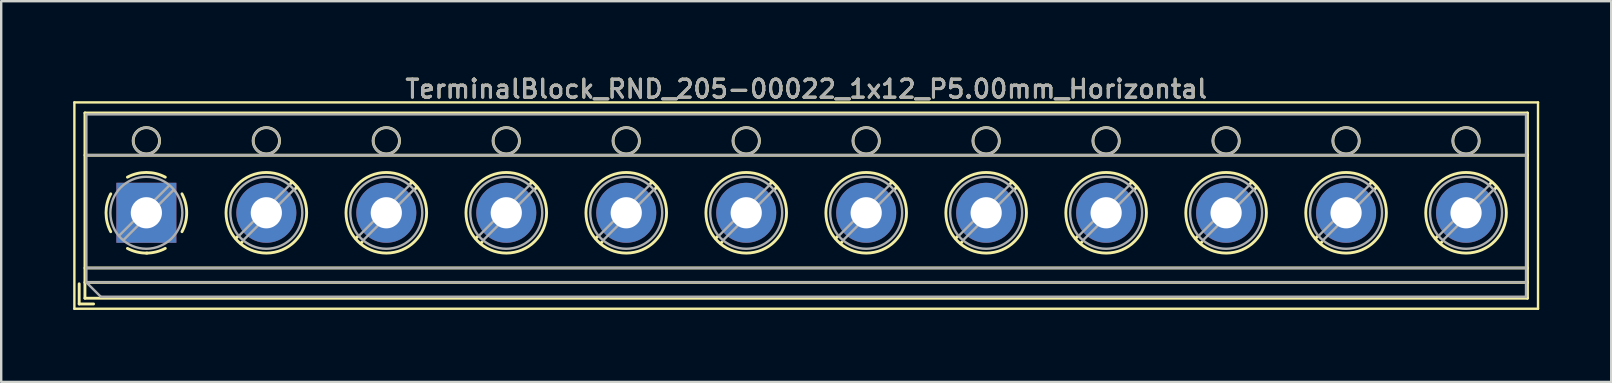
<source format=kicad_pcb>
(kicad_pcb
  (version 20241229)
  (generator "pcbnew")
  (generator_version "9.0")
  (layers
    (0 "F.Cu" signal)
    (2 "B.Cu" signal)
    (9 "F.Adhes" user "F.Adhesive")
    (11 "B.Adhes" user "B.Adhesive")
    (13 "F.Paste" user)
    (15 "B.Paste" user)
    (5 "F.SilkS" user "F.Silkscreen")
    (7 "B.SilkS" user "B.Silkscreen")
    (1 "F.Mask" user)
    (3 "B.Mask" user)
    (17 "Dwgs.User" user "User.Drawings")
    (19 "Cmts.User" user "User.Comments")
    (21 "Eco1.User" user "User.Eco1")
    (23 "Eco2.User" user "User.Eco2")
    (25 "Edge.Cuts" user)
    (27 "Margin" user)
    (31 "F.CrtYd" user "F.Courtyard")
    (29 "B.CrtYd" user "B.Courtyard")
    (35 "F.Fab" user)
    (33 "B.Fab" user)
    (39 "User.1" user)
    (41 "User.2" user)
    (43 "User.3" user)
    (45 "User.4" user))
  (footprint "TerminalBlock_RND_205-00022_1x12_P5.00mm_Horizontal"
    (layer "F.Cu")
    (at 3.05 5.818)
    (property "Reference" "TerminalBlock_RND_205-00022_1x12_P5.00mm_Horizontal" (at 27.5 -5.16 0) (layer "F.SilkS") (effects (font (size 0.75 0.75) (thickness 0.125))))
    (attr through_hole)
    (fp_line (start -3 -4.6) (end -3 4) (stroke (width 0.1) (type solid)) (layer "F.SilkS"))
    (fp_line (start -3 4) (end 58 4) (stroke (width 0.1) (type solid)) (layer "F.SilkS"))
    (fp_line (start -2.8 2.96) (end -2.8 3.8) (stroke (width 0.12) (type solid)) (layer "F.SilkS"))
    (fp_line (start -2.8 3.8) (end -2.2 3.8) (stroke (width 0.12) (type solid)) (layer "F.SilkS"))
    (fp_line (start -2.56 -4.16) (end -2.56 3.561) (stroke (width 0.12) (type solid)) (layer "F.SilkS"))
    (fp_line (start -2.56 -4.16) (end 57.56 -4.16) (stroke (width 0.12) (type solid)) (layer "F.SilkS"))
    (fp_line (start -2.56 -2.4) (end 57.56 -2.4) (stroke (width 0.12) (type solid)) (layer "F.SilkS"))
    (fp_line (start -2.56 2.3) (end 57.56 2.3) (stroke (width 0.12) (type solid)) (layer "F.SilkS"))
    (fp_line (start -2.56 2.9) (end 57.56 2.9) (stroke (width 0.12) (type solid)) (layer "F.SilkS"))
    (fp_line (start -2.56 3.561) (end 57.56 3.561) (stroke (width 0.12) (type solid)) (layer "F.SilkS"))
    (fp_line (start 3.82 0.976) (end 3.726 1.069) (stroke (width 0.12) (type solid)) (layer "F.SilkS"))
    (fp_line (start 3.99 1.216) (end 3.931 1.274) (stroke (width 0.12) (type solid)) (layer "F.SilkS"))
    (fp_line (start 6.07 -1.275) (end 6.011 -1.216) (stroke (width 0.12) (type solid)) (layer "F.SilkS"))
    (fp_line (start 6.275 -1.069) (end 6.181 -0.976) (stroke (width 0.12) (type solid)) (layer "F.SilkS"))
    (fp_line (start 8.82 0.976) (end 8.726 1.069) (stroke (width 0.12) (type solid)) (layer "F.SilkS"))
    (fp_line (start 8.99 1.216) (end 8.931 1.274) (stroke (width 0.12) (type solid)) (layer "F.SilkS"))
    (fp_line (start 11.07 -1.275) (end 11.011 -1.216) (stroke (width 0.12) (type solid)) (layer "F.SilkS"))
    (fp_line (start 11.275 -1.069) (end 11.181 -0.976) (stroke (width 0.12) (type solid)) (layer "F.SilkS"))
    (fp_line (start 13.82 0.976) (end 13.726 1.069) (stroke (width 0.12) (type solid)) (layer "F.SilkS"))
    (fp_line (start 13.99 1.216) (end 13.931 1.274) (stroke (width 0.12) (type solid)) (layer "F.SilkS"))
    (fp_line (start 16.07 -1.275) (end 16.011 -1.216) (stroke (width 0.12) (type solid)) (layer "F.SilkS"))
    (fp_line (start 16.275 -1.069) (end 16.181 -0.976) (stroke (width 0.12) (type solid)) (layer "F.SilkS"))
    (fp_line (start 18.82 0.976) (end 18.726 1.069) (stroke (width 0.12) (type solid)) (layer "F.SilkS"))
    (fp_line (start 18.99 1.216) (end 18.931 1.274) (stroke (width 0.12) (type solid)) (layer "F.SilkS"))
    (fp_line (start 21.07 -1.275) (end 21.011 -1.216) (stroke (width 0.12) (type solid)) (layer "F.SilkS"))
    (fp_line (start 21.275 -1.069) (end 21.181 -0.976) (stroke (width 0.12) (type solid)) (layer "F.SilkS"))
    (fp_line (start 23.82 0.976) (end 23.726 1.069) (stroke (width 0.12) (type solid)) (layer "F.SilkS"))
    (fp_line (start 23.99 1.216) (end 23.931 1.274) (stroke (width 0.12) (type solid)) (layer "F.SilkS"))
    (fp_line (start 26.07 -1.275) (end 26.011 -1.216) (stroke (width 0.12) (type solid)) (layer "F.SilkS"))
    (fp_line (start 26.275 -1.069) (end 26.181 -0.976) (stroke (width 0.12) (type solid)) (layer "F.SilkS"))
    (fp_line (start 28.82 0.976) (end 28.726 1.069) (stroke (width 0.12) (type solid)) (layer "F.SilkS"))
    (fp_line (start 28.99 1.216) (end 28.931 1.274) (stroke (width 0.12) (type solid)) (layer "F.SilkS"))
    (fp_line (start 31.07 -1.275) (end 31.011 -1.216) (stroke (width 0.12) (type solid)) (layer "F.SilkS"))
    (fp_line (start 31.275 -1.069) (end 31.181 -0.976) (stroke (width 0.12) (type solid)) (layer "F.SilkS"))
    (fp_line (start 33.82 0.976) (end 33.726 1.069) (stroke (width 0.12) (type solid)) (layer "F.SilkS"))
    (fp_line (start 33.99 1.216) (end 33.931 1.274) (stroke (width 0.12) (type solid)) (layer "F.SilkS"))
    (fp_line (start 36.07 -1.275) (end 36.011 -1.216) (stroke (width 0.12) (type solid)) (layer "F.SilkS"))
    (fp_line (start 36.275 -1.069) (end 36.181 -0.976) (stroke (width 0.12) (type solid)) (layer "F.SilkS"))
    (fp_line (start 38.82 0.976) (end 38.726 1.069) (stroke (width 0.12) (type solid)) (layer "F.SilkS"))
    (fp_line (start 38.99 1.216) (end 38.931 1.274) (stroke (width 0.12) (type solid)) (layer "F.SilkS"))
    (fp_line (start 41.07 -1.275) (end 41.011 -1.216) (stroke (width 0.12) (type solid)) (layer "F.SilkS"))
    (fp_line (start 41.275 -1.069) (end 41.181 -0.976) (stroke (width 0.12) (type solid)) (layer "F.SilkS"))
    (fp_line (start 43.82 0.976) (end 43.726 1.069) (stroke (width 0.12) (type solid)) (layer "F.SilkS"))
    (fp_line (start 43.99 1.216) (end 43.931 1.274) (stroke (width 0.12) (type solid)) (layer "F.SilkS"))
    (fp_line (start 46.07 -1.275) (end 46.011 -1.216) (stroke (width 0.12) (type solid)) (layer "F.SilkS"))
    (fp_line (start 46.275 -1.069) (end 46.181 -0.976) (stroke (width 0.12) (type solid)) (layer "F.SilkS"))
    (fp_line (start 48.82 0.976) (end 48.726 1.069) (stroke (width 0.12) (type solid)) (layer "F.SilkS"))
    (fp_line (start 48.99 1.216) (end 48.931 1.274) (stroke (width 0.12) (type solid)) (layer "F.SilkS"))
    (fp_line (start 51.07 -1.275) (end 51.011 -1.216) (stroke (width 0.12) (type solid)) (layer "F.SilkS"))
    (fp_line (start 51.275 -1.069) (end 51.181 -0.976) (stroke (width 0.12) (type solid)) (layer "F.SilkS"))
    (fp_line (start 53.82 0.976) (end 53.726 1.069) (stroke (width 0.12) (type solid)) (layer "F.SilkS"))
    (fp_line (start 53.99 1.216) (end 53.931 1.274) (stroke (width 0.12) (type solid)) (layer "F.SilkS"))
    (fp_line (start 56.07 -1.275) (end 56.011 -1.216) (stroke (width 0.12) (type solid)) (layer "F.SilkS"))
    (fp_line (start 56.275 -1.069) (end 56.181 -0.976) (stroke (width 0.12) (type solid)) (layer "F.SilkS"))
    (fp_line (start 57.56 -4.16) (end 57.56 3.561) (stroke (width 0.12) (type solid)) (layer "F.SilkS"))
    (fp_line (start 58 -4.6) (end -3 -4.6) (stroke (width 0.1) (type solid)) (layer "F.SilkS"))
    (fp_line (start 58 4) (end 58 -4.6) (stroke (width 0.1) (type solid)) (layer "F.SilkS"))
    (fp_arc (start -1.483953 0.789089) (mid -1.680708 0.00005) (end -1.484 -0.789) (stroke (width 0.12) (type solid)) (layer "F.SilkS"))
    (fp_arc (start -0.789089 -1.483953) (mid -0.00005 -1.680708) (end 0.789 -1.484) (stroke (width 0.12) (type solid)) (layer "F.SilkS"))
    (fp_arc (start 0.029383 1.68045) (mid -0.392304 1.634281) (end -0.789 1.484) (stroke (width 0.12) (type solid)) (layer "F.SilkS"))
    (fp_arc (start 0.788712 1.483352) (mid 0.406429 1.630097) (end 0 1.68) (stroke (width 0.12) (type solid)) (layer "F.SilkS"))
    (fp_arc (start 1.483953 -0.789089) (mid 1.680708 -0.00005) (end 1.484 0.789) (stroke (width 0.12) (type solid)) (layer "F.SilkS"))
    (fp_circle (center 0 -3) (end 0.55 -3) (stroke (width 0.12) (type solid)) (fill no) (layer "F.SilkS"))
    (fp_circle (center 5 -3) (end 5.55 -3) (stroke (width 0.12) (type solid)) (fill no) (layer "F.SilkS"))
    (fp_circle (center 5 0) (end 6.68 0) (stroke (width 0.12) (type solid)) (fill no) (layer "F.SilkS"))
    (fp_circle (center 10 -3) (end 10.55 -3) (stroke (width 0.12) (type solid)) (fill no) (layer "F.SilkS"))
    (fp_circle (center 10 0) (end 11.68 0) (stroke (width 0.12) (type solid)) (fill no) (layer "F.SilkS"))
    (fp_circle (center 15 -3) (end 15.55 -3) (stroke (width 0.12) (type solid)) (fill no) (layer "F.SilkS"))
    (fp_circle (center 15 0) (end 16.68 0) (stroke (width 0.12) (type solid)) (fill no) (layer "F.SilkS"))
    (fp_circle (center 20 -3) (end 20.55 -3) (stroke (width 0.12) (type solid)) (fill no) (layer "F.SilkS"))
    (fp_circle (center 20 0) (end 21.68 0) (stroke (width 0.12) (type solid)) (fill no) (layer "F.SilkS"))
    (fp_circle (center 25 -3) (end 25.55 -3) (stroke (width 0.12) (type solid)) (fill no) (layer "F.SilkS"))
    (fp_circle (center 25 0) (end 26.68 0) (stroke (width 0.12) (type solid)) (fill no) (layer "F.SilkS"))
    (fp_circle (center 30 -3) (end 30.55 -3) (stroke (width 0.12) (type solid)) (fill no) (layer "F.SilkS"))
    (fp_circle (center 30 0) (end 31.68 0) (stroke (width 0.12) (type solid)) (fill no) (layer "F.SilkS"))
    (fp_circle (center 35 -3) (end 35.55 -3) (stroke (width 0.12) (type solid)) (fill no) (layer "F.SilkS"))
    (fp_circle (center 35 0) (end 36.68 0) (stroke (width 0.12) (type solid)) (fill no) (layer "F.SilkS"))
    (fp_circle (center 40 -3) (end 40.55 -3) (stroke (width 0.12) (type solid)) (fill no) (layer "F.SilkS"))
    (fp_circle (center 40 0) (end 41.68 0) (stroke (width 0.12) (type solid)) (fill no) (layer "F.SilkS"))
    (fp_circle (center 45 -3) (end 45.55 -3) (stroke (width 0.12) (type solid)) (fill no) (layer "F.SilkS"))
    (fp_circle (center 45 0) (end 46.68 0) (stroke (width 0.12) (type solid)) (fill no) (layer "F.SilkS"))
    (fp_circle (center 50 -3) (end 50.55 -3) (stroke (width 0.12) (type solid)) (fill no) (layer "F.SilkS"))
    (fp_circle (center 50 0) (end 51.68 0) (stroke (width 0.12) (type solid)) (fill no) (layer "F.SilkS"))
    (fp_circle (center 55 -3) (end 55.55 -3) (stroke (width 0.12) (type solid)) (fill no) (layer "F.SilkS"))
    (fp_circle (center 55 0) (end 56.68 0) (stroke (width 0.12) (type solid)) (fill no) (layer "F.SilkS"))
    (fp_line (start -2.5 -4.1) (end 57.5 -4.1) (stroke (width 0.1) (type solid)) (layer "F.Fab"))
    (fp_line (start -2.5 -2.4) (end 57.5 -2.4) (stroke (width 0.1) (type solid)) (layer "F.Fab"))
    (fp_line (start -2.5 2.3) (end 57.5 2.3) (stroke (width 0.1) (type solid)) (layer "F.Fab"))
    (fp_line (start -2.5 2.9) (end -2.5 -4.1) (stroke (width 0.1) (type solid)) (layer "F.Fab"))
    (fp_line (start -2.5 2.9) (end 57.5 2.9) (stroke (width 0.1) (type solid)) (layer "F.Fab"))
    (fp_line (start -1.9 3.5) (end -2.5 2.9) (stroke (width 0.1) (type solid)) (layer "F.Fab"))
    (fp_line (start 0.955 -1.138) (end -1.138 0.955) (stroke (width 0.1) (type solid)) (layer "F.Fab"))
    (fp_line (start 1.138 -0.955) (end -0.955 1.138) (stroke (width 0.1) (type solid)) (layer "F.Fab"))
    (fp_line (start 5.955 -1.138) (end 3.863 0.955) (stroke (width 0.1) (type solid)) (layer "F.Fab"))
    (fp_line (start 6.138 -0.955) (end 4.046 1.138) (stroke (width 0.1) (type solid)) (layer "F.Fab"))
    (fp_line (start 10.955 -1.138) (end 8.863 0.955) (stroke (width 0.1) (type solid)) (layer "F.Fab"))
    (fp_line (start 11.138 -0.955) (end 9.046 1.138) (stroke (width 0.1) (type solid)) (layer "F.Fab"))
    (fp_line (start 15.955 -1.138) (end 13.863 0.955) (stroke (width 0.1) (type solid)) (layer "F.Fab"))
    (fp_line (start 16.138 -0.955) (end 14.046 1.138) (stroke (width 0.1) (type solid)) (layer "F.Fab"))
    (fp_line (start 20.955 -1.138) (end 18.863 0.955) (stroke (width 0.1) (type solid)) (layer "F.Fab"))
    (fp_line (start 21.138 -0.955) (end 19.046 1.138) (stroke (width 0.1) (type solid)) (layer "F.Fab"))
    (fp_line (start 25.955 -1.138) (end 23.863 0.955) (stroke (width 0.1) (type solid)) (layer "F.Fab"))
    (fp_line (start 26.138 -0.955) (end 24.046 1.138) (stroke (width 0.1) (type solid)) (layer "F.Fab"))
    (fp_line (start 30.955 -1.138) (end 28.863 0.955) (stroke (width 0.1) (type solid)) (layer "F.Fab"))
    (fp_line (start 31.138 -0.955) (end 29.046 1.138) (stroke (width 0.1) (type solid)) (layer "F.Fab"))
    (fp_line (start 35.955 -1.138) (end 33.863 0.955) (stroke (width 0.1) (type solid)) (layer "F.Fab"))
    (fp_line (start 36.138 -0.955) (end 34.046 1.138) (stroke (width 0.1) (type solid)) (layer "F.Fab"))
    (fp_line (start 40.955 -1.138) (end 38.863 0.955) (stroke (width 0.1) (type solid)) (layer "F.Fab"))
    (fp_line (start 41.138 -0.955) (end 39.046 1.138) (stroke (width 0.1) (type solid)) (layer "F.Fab"))
    (fp_line (start 45.955 -1.138) (end 43.863 0.955) (stroke (width 0.1) (type solid)) (layer "F.Fab"))
    (fp_line (start 46.138 -0.955) (end 44.046 1.138) (stroke (width 0.1) (type solid)) (layer "F.Fab"))
    (fp_line (start 50.955 -1.138) (end 48.863 0.955) (stroke (width 0.1) (type solid)) (layer "F.Fab"))
    (fp_line (start 51.138 -0.955) (end 49.046 1.138) (stroke (width 0.1) (type solid)) (layer "F.Fab"))
    (fp_line (start 55.955 -1.138) (end 53.863 0.955) (stroke (width 0.1) (type solid)) (layer "F.Fab"))
    (fp_line (start 56.138 -0.955) (end 54.046 1.138) (stroke (width 0.1) (type solid)) (layer "F.Fab"))
    (fp_line (start 57.5 -4.1) (end 57.5 3.5) (stroke (width 0.1) (type solid)) (layer "F.Fab"))
    (fp_line (start 57.5 3.5) (end -1.9 3.5) (stroke (width 0.1) (type solid)) (layer "F.Fab"))
    (fp_circle (center 0 -3) (end 0.55 -3) (stroke (width 0.1) (type solid)) (fill no) (layer "F.Fab"))
    (fp_circle (center 0 0) (end 1.5 0) (stroke (width 0.1) (type solid)) (fill no) (layer "F.Fab"))
    (fp_circle (center 5 -3) (end 5.55 -3) (stroke (width 0.1) (type solid)) (fill no) (layer "F.Fab"))
    (fp_circle (center 5 0) (end 6.5 0) (stroke (width 0.1) (type solid)) (fill no) (layer "F.Fab"))
    (fp_circle (center 10 -3) (end 10.55 -3) (stroke (width 0.1) (type solid)) (fill no) (layer "F.Fab"))
    (fp_circle (center 10 0) (end 11.5 0) (stroke (width 0.1) (type solid)) (fill no) (layer "F.Fab"))
    (fp_circle (center 15 -3) (end 15.55 -3) (stroke (width 0.1) (type solid)) (fill no) (layer "F.Fab"))
    (fp_circle (center 15 0) (end 16.5 0) (stroke (width 0.1) (type solid)) (fill no) (layer "F.Fab"))
    (fp_circle (center 20 -3) (end 20.55 -3) (stroke (width 0.1) (type solid)) (fill no) (layer "F.Fab"))
    (fp_circle (center 20 0) (end 21.5 0) (stroke (width 0.1) (type solid)) (fill no) (layer "F.Fab"))
    (fp_circle (center 25 -3) (end 25.55 -3) (stroke (width 0.1) (type solid)) (fill no) (layer "F.Fab"))
    (fp_circle (center 25 0) (end 26.5 0) (stroke (width 0.1) (type solid)) (fill no) (layer "F.Fab"))
    (fp_circle (center 30 -3) (end 30.55 -3) (stroke (width 0.1) (type solid)) (fill no) (layer "F.Fab"))
    (fp_circle (center 30 0) (end 31.5 0) (stroke (width 0.1) (type solid)) (fill no) (layer "F.Fab"))
    (fp_circle (center 35 -3) (end 35.55 -3) (stroke (width 0.1) (type solid)) (fill no) (layer "F.Fab"))
    (fp_circle (center 35 0) (end 36.5 0) (stroke (width 0.1) (type solid)) (fill no) (layer "F.Fab"))
    (fp_circle (center 40 -3) (end 40.55 -3) (stroke (width 0.1) (type solid)) (fill no) (layer "F.Fab"))
    (fp_circle (center 40 0) (end 41.5 0) (stroke (width 0.1) (type solid)) (fill no) (layer "F.Fab"))
    (fp_circle (center 45 -3) (end 45.55 -3) (stroke (width 0.1) (type solid)) (fill no) (layer "F.Fab"))
    (fp_circle (center 45 0) (end 46.5 0) (stroke (width 0.1) (type solid)) (fill no) (layer "F.Fab"))
    (fp_circle (center 50 -3) (end 50.55 -3) (stroke (width 0.1) (type solid)) (fill no) (layer "F.Fab"))
    (fp_circle (center 50 0) (end 51.5 0) (stroke (width 0.1) (type solid)) (fill no) (layer "F.Fab"))
    (fp_circle (center 55 -3) (end 55.55 -3) (stroke (width 0.1) (type solid)) (fill no) (layer "F.Fab"))
    (fp_circle (center 55 0) (end 56.5 0) (stroke (width 0.1) (type solid)) (fill no) (layer "F.Fab"))
    (fp_text user "${REFERENCE}" (at 27.5 -5.16 0) (layer "F.Fab") (effects (font (size 0.75 0.75) (thickness 0.125))))
    (pad "1" thru_hole rect (at 0 0) (size 2.5 2.5) (drill 1.3) (layers "*.Cu" "*.Mask"))
    (pad "2" thru_hole circle (at 5 0) (size 2.5 2.5) (drill 1.3) (layers "*.Cu" "*.Mask"))
    (pad "3" thru_hole circle (at 10 0) (size 2.5 2.5) (drill 1.3) (layers "*.Cu" "*.Mask"))
    (pad "4" thru_hole circle (at 15 0) (size 2.5 2.5) (drill 1.3) (layers "*.Cu" "*.Mask"))
    (pad "5" thru_hole circle (at 20 0) (size 2.5 2.5) (drill 1.3) (layers "*.Cu" "*.Mask"))
    (pad "6" thru_hole circle (at 25 0) (size 2.5 2.5) (drill 1.3) (layers "*.Cu" "*.Mask"))
    (pad "7" thru_hole circle (at 30 0) (size 2.5 2.5) (drill 1.3) (layers "*.Cu" "*.Mask"))
    (pad "8" thru_hole circle (at 35 0) (size 2.5 2.5) (drill 1.3) (layers "*.Cu" "*.Mask"))
    (pad "9" thru_hole circle (at 40 0) (size 2.5 2.5) (drill 1.3) (layers "*.Cu" "*.Mask"))
    (pad "10" thru_hole circle (at 45 0) (size 2.5 2.5) (drill 1.3) (layers "*.Cu" "*.Mask"))
    (pad "11" thru_hole circle (at 50 0) (size 2.5 2.5) (drill 1.3) (layers "*.Cu" "*.Mask"))
    (pad "12" thru_hole circle (at 55 0) (size 2.5 2.5) (drill 1.3) (layers "*.Cu" "*.Mask")))
  (gr_rect
    (start -3 -3)
    (end 64.1 12.868)
    (stroke (width 0.1) (type default))
    (fill no)
    (layer "Edge.Cuts")))
</source>
